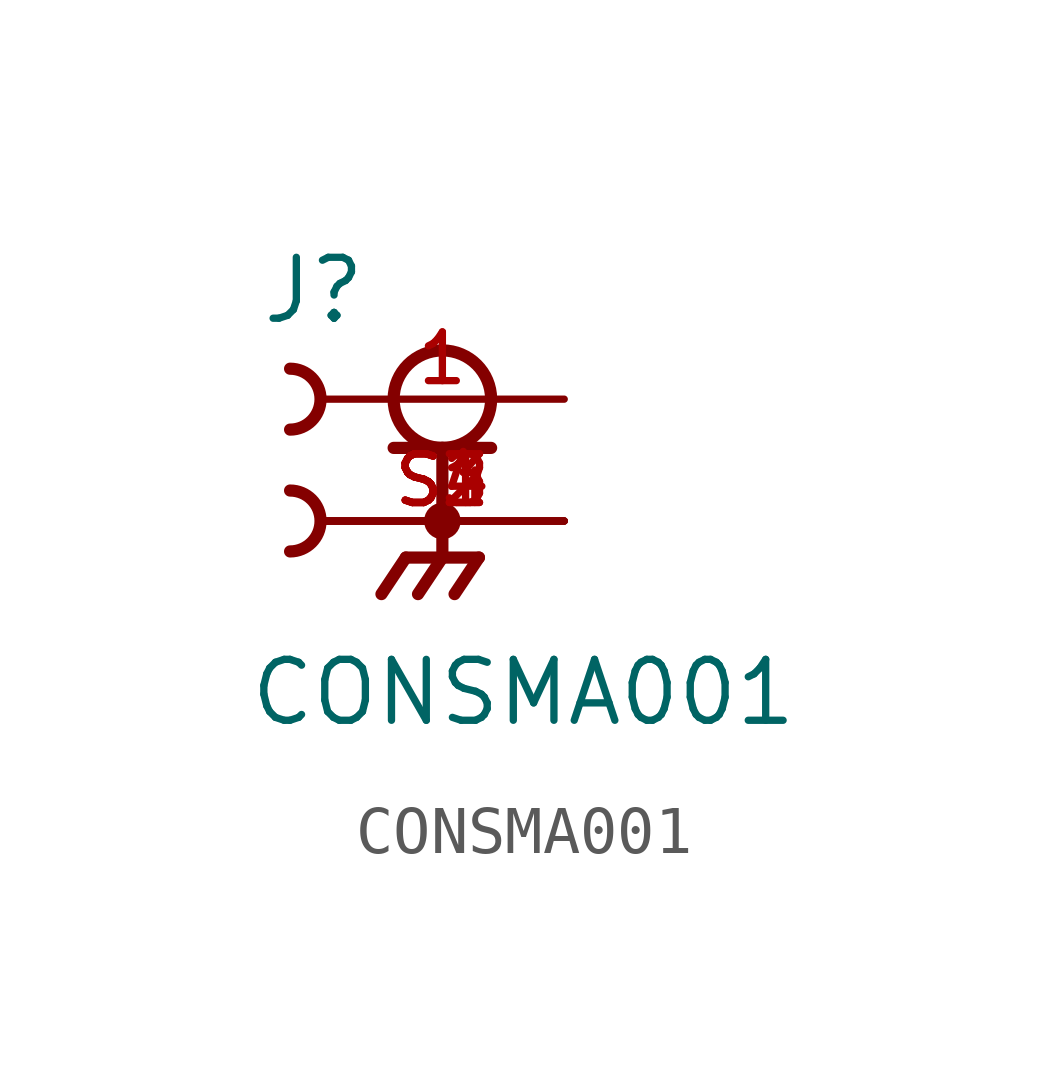
<source format=kicad_sym>
(kicad_symbol_lib
  (version 20211014)
  (generator kicad_symbol_editor)
  (symbol "CONSMA001"
    (pin_names
      (offset 1.016))
    (property "Reference" "J"
      (at -3.81 1.524 0)
      (effects (font (size 1.27 1.27)) (justify bottom left)))
    (property "Value" "CONSMA001"
      (at -4.064 -6.858 0)
      (effects (font (size 1.27 1.27)) (justify bottom left)))
    (symbol "CONSMA001_0_0"
      (circle (center 0.0 0.0) (radius 1.016) (stroke (width 0.254)) (fill (type none)))
      (polyline (pts (xy -1.016 -1.016) (xy 0.0 -1.016)) (stroke (width 0.254)))
      (polyline (pts (xy 0.0 -1.016) (xy 1.016 -1.016)) (stroke (width 0.254)))
      (polyline (pts (xy 0.0 -1.016) (xy 0.0 -3.302)) (stroke (width 0.254)))
      (circle (center 0.0 -2.54) (radius 0.254) (stroke (width 0.254)) (fill (type none)))
      (polyline (pts (xy 0.0 -3.302) (xy -0.762 -3.302)) (stroke (width 0.254)))
      (polyline (pts (xy 0.0 -3.302) (xy 0.762 -3.302)) (stroke (width 0.254)))
      (polyline (pts (xy -0.762 -3.302) (xy -1.27 -4.064)) (stroke (width 0.254)))
      (polyline (pts (xy 0.0 -3.302) (xy -0.508 -4.064)) (stroke (width 0.254)))
      (polyline (pts (xy 0.762 -3.302) (xy 0.254 -4.064)) (stroke (width 0.254)))
      (arc (start -3.175 0.635) (mid -2.54 -0.0) (end -3.175 -0.635) (stroke (width 0.254) (type default) (color 0 0 0 0)) (fill (type none)))
      (arc (start -3.175 -1.905) (mid -2.54 -2.54) (end -3.175 -3.175) (stroke (width 0.254) (type default) (color 0 0 0 0)) (fill (type none)))
      (pin passive line (at 2.54 0.0 180.0) (length 5.08) (name "~" (effects (font (size 1.016 1.016)))) (number "1" (effects (font (size 1.016 1.016)))))
      (pin passive line (at 2.54 -2.54 180.0) (length 5.08) (name "~" (effects (font (size 1.016 1.016)))) (number "S1" (effects (font (size 1.016 1.016)))))
      (pin passive line (at 2.54 -2.54 180.0) (length 5.08) (name "~" (effects (font (size 1.016 1.016)))) (number "S2" (effects (font (size 1.016 1.016)))))
      (pin passive line (at 2.54 -2.54 180.0) (length 5.08) (name "~" (effects (font (size 1.016 1.016)))) (number "S3" (effects (font (size 1.016 1.016)))))
      (pin passive line (at 2.54 -2.54 180.0) (length 5.08) (name "~" (effects (font (size 1.016 1.016)))) (number "S4" (effects (font (size 1.016 1.016))))))))
</source>
